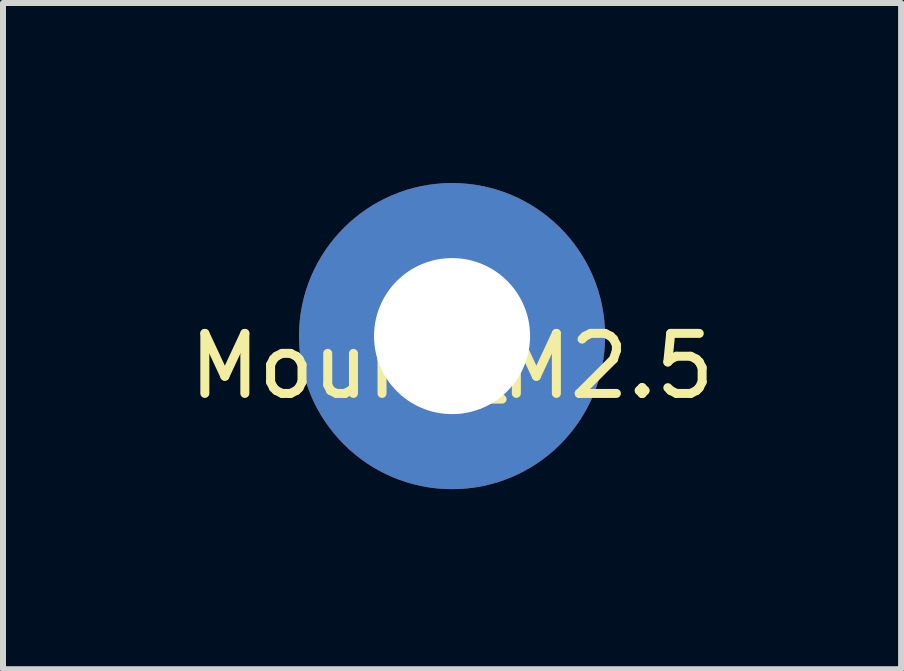
<source format=kicad_pcb>
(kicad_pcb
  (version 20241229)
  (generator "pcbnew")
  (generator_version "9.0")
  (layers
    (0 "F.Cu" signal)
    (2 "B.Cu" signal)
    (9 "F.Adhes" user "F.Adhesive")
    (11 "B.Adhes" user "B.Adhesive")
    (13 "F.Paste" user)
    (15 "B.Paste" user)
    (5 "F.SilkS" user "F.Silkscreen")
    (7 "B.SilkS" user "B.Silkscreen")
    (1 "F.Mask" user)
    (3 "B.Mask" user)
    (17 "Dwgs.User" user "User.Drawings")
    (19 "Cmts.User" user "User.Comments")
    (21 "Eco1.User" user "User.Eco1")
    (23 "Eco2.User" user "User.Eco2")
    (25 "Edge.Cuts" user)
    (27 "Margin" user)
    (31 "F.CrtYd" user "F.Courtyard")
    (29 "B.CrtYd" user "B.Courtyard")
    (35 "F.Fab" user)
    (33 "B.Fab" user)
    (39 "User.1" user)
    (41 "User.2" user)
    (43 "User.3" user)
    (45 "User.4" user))
  (footprint "Mount_M2.5"
    (layer "F.Cu")
    (at 4.482 2.55)
    (property "Reference" "Mount_M2.5" (at 0 0.5 0) (layer "F.SilkS") (effects (font (size 1 1) (thickness 0.15))))
    (attr through_hole)
    (pad "" thru_hole circle (at 0 0) (size 5.1 5.1) (drill 2.6) (layers "*.Cu" "*.Mask")))
  (gr_rect
    (start -3 -3)
    (end 11.964 8.1)
    (stroke (width 0.1) (type default))
    (fill no)
    (layer "Edge.Cuts")))
</source>
